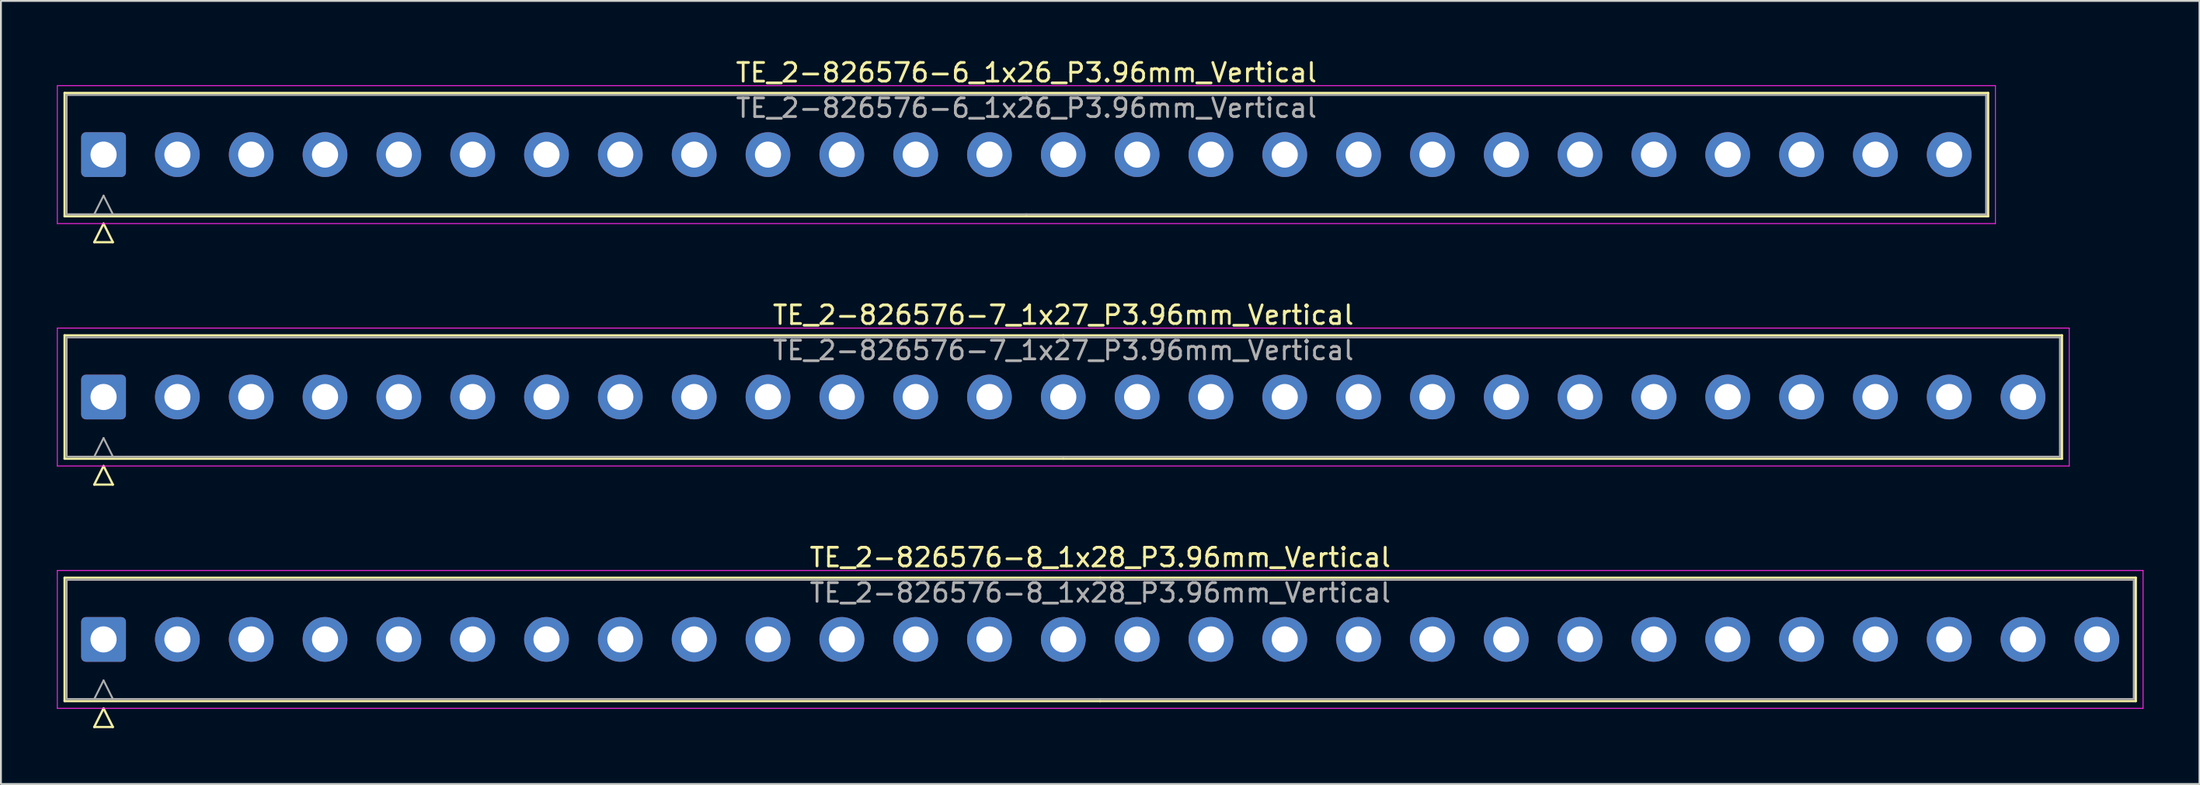
<source format=kicad_pcb>
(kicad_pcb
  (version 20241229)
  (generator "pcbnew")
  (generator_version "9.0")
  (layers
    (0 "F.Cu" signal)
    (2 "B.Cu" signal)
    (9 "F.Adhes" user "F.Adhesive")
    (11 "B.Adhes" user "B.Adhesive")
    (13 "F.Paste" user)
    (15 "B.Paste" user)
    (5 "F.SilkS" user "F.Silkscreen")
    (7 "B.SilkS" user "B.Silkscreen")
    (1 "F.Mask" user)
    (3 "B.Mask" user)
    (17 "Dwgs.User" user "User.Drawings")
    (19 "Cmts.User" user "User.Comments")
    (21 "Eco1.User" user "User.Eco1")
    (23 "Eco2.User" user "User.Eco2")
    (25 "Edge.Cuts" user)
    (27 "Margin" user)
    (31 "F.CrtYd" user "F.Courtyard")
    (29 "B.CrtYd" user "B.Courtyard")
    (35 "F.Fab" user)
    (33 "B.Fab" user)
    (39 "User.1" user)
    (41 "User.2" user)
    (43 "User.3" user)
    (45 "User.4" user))
  (footprint "TE_2-826576-6_1x26_P3.96mm_Vertical"
    (layer "F.Cu")
    (at 2.505 5.248)
    (property "Reference" "TE_2-826576-6_1x26_P3.96mm_Vertical" (at 49.5 -4.4 0) (layer "F.SilkS") (effects (font (size 1 1) (thickness 0.15))))
    (attr through_hole)
    (fp_line (start -2.09 -3.31) (end -2.09 3.31) (stroke (width 0.12) (type solid)) (layer "F.SilkS"))
    (fp_line (start -2.09 3.31) (end 49.5 3.31) (stroke (width 0.12) (type solid)) (layer "F.SilkS"))
    (fp_line (start -0.5 4.7) (end 0 3.7) (stroke (width 0.12) (type solid)) (layer "F.SilkS"))
    (fp_line (start 0 3.7) (end 0.5 4.7) (stroke (width 0.12) (type solid)) (layer "F.SilkS"))
    (fp_line (start 0.5 4.7) (end -0.5 4.7) (stroke (width 0.12) (type solid)) (layer "F.SilkS"))
    (fp_line (start 49.5 -3.31) (end -2.09 -3.31) (stroke (width 0.12) (type solid)) (layer "F.SilkS"))
    (fp_line (start 49.5 -3.31) (end 101.09 -3.31) (stroke (width 0.12) (type solid)) (layer "F.SilkS"))
    (fp_line (start 101.09 -3.31) (end 101.09 3.31) (stroke (width 0.12) (type solid)) (layer "F.SilkS"))
    (fp_line (start 101.09 3.31) (end 49.5 3.31) (stroke (width 0.12) (type solid)) (layer "F.SilkS"))
    (fp_line (start -2.48 -3.7) (end -2.48 3.7) (stroke (width 0.05) (type solid)) (layer "F.CrtYd"))
    (fp_line (start -2.48 3.7) (end 101.48 3.7) (stroke (width 0.05) (type solid)) (layer "F.CrtYd"))
    (fp_line (start 101.48 -3.7) (end -2.48 -3.7) (stroke (width 0.05) (type solid)) (layer "F.CrtYd"))
    (fp_line (start 101.48 3.7) (end 101.48 -3.7) (stroke (width 0.05) (type solid)) (layer "F.CrtYd"))
    (fp_line (start -1.98 -3.2) (end -1.98 3.2) (stroke (width 0.1) (type solid)) (layer "F.Fab"))
    (fp_line (start -1.98 3.2) (end 49.5 3.2) (stroke (width 0.1) (type solid)) (layer "F.Fab"))
    (fp_line (start -0.5 3.2) (end 0 2.2) (stroke (width 0.1) (type solid)) (layer "F.Fab"))
    (fp_line (start 0 2.2) (end 0.5 3.2) (stroke (width 0.1) (type solid)) (layer "F.Fab"))
    (fp_line (start 49.5 -3.2) (end -1.98 -3.2) (stroke (width 0.1) (type solid)) (layer "F.Fab"))
    (fp_line (start 49.5 -3.2) (end 100.98 -3.2) (stroke (width 0.1) (type solid)) (layer "F.Fab"))
    (fp_line (start 100.98 -3.2) (end 100.98 3.2) (stroke (width 0.1) (type solid)) (layer "F.Fab"))
    (fp_line (start 100.98 3.2) (end 49.5 3.2) (stroke (width 0.1) (type solid)) (layer "F.Fab"))
    (fp_text user "${REFERENCE}" (at 49.5 -2.5 0) (layer "F.Fab") (effects (font (size 1 1) (thickness 0.15))))
    (pad "1" thru_hole roundrect (at 0 0) (size 2.4 2.4) (drill 1.4) (layers "*.Cu" "*.Mask") (roundrect_rratio 0.104))
    (pad "2" thru_hole circle (at 3.96 0) (size 2.4 2.4) (drill 1.4) (layers "*.Cu" "*.Mask"))
    (pad "3" thru_hole circle (at 7.92 0) (size 2.4 2.4) (drill 1.4) (layers "*.Cu" "*.Mask"))
    (pad "4" thru_hole circle (at 11.88 0) (size 2.4 2.4) (drill 1.4) (layers "*.Cu" "*.Mask"))
    (pad "5" thru_hole circle (at 15.84 0) (size 2.4 2.4) (drill 1.4) (layers "*.Cu" "*.Mask"))
    (pad "6" thru_hole circle (at 19.8 0) (size 2.4 2.4) (drill 1.4) (layers "*.Cu" "*.Mask"))
    (pad "7" thru_hole circle (at 23.76 0) (size 2.4 2.4) (drill 1.4) (layers "*.Cu" "*.Mask"))
    (pad "8" thru_hole circle (at 27.72 0) (size 2.4 2.4) (drill 1.4) (layers "*.Cu" "*.Mask"))
    (pad "9" thru_hole circle (at 31.68 0) (size 2.4 2.4) (drill 1.4) (layers "*.Cu" "*.Mask"))
    (pad "10" thru_hole circle (at 35.64 0) (size 2.4 2.4) (drill 1.4) (layers "*.Cu" "*.Mask"))
    (pad "11" thru_hole circle (at 39.6 0) (size 2.4 2.4) (drill 1.4) (layers "*.Cu" "*.Mask"))
    (pad "12" thru_hole circle (at 43.56 0) (size 2.4 2.4) (drill 1.4) (layers "*.Cu" "*.Mask"))
    (pad "13" thru_hole circle (at 47.52 0) (size 2.4 2.4) (drill 1.4) (layers "*.Cu" "*.Mask"))
    (pad "14" thru_hole circle (at 51.48 0) (size 2.4 2.4) (drill 1.4) (layers "*.Cu" "*.Mask"))
    (pad "15" thru_hole circle (at 55.44 0) (size 2.4 2.4) (drill 1.4) (layers "*.Cu" "*.Mask"))
    (pad "16" thru_hole circle (at 59.4 0) (size 2.4 2.4) (drill 1.4) (layers "*.Cu" "*.Mask"))
    (pad "17" thru_hole circle (at 63.36 0) (size 2.4 2.4) (drill 1.4) (layers "*.Cu" "*.Mask"))
    (pad "18" thru_hole circle (at 67.32 0) (size 2.4 2.4) (drill 1.4) (layers "*.Cu" "*.Mask"))
    (pad "19" thru_hole circle (at 71.28 0) (size 2.4 2.4) (drill 1.4) (layers "*.Cu" "*.Mask"))
    (pad "20" thru_hole circle (at 75.24 0) (size 2.4 2.4) (drill 1.4) (layers "*.Cu" "*.Mask"))
    (pad "21" thru_hole circle (at 79.2 0) (size 2.4 2.4) (drill 1.4) (layers "*.Cu" "*.Mask"))
    (pad "22" thru_hole circle (at 83.16 0) (size 2.4 2.4) (drill 1.4) (layers "*.Cu" "*.Mask"))
    (pad "23" thru_hole circle (at 87.12 0) (size 2.4 2.4) (drill 1.4) (layers "*.Cu" "*.Mask"))
    (pad "24" thru_hole circle (at 91.08 0) (size 2.4 2.4) (drill 1.4) (layers "*.Cu" "*.Mask"))
    (pad "25" thru_hole circle (at 95.04 0) (size 2.4 2.4) (drill 1.4) (layers "*.Cu" "*.Mask"))
    (pad "26" thru_hole circle (at 99 0) (size 2.4 2.4) (drill 1.4) (layers "*.Cu" "*.Mask")))
  (footprint "TE_2-826576-8_1x28_P3.96mm_Vertical"
    (layer "F.Cu")
    (at 2.505 31.265)
    (property "Reference" "TE_2-826576-8_1x28_P3.96mm_Vertical" (at 53.46 -4.4 0) (layer "F.SilkS") (effects (font (size 1 1) (thickness 0.15))))
    (attr through_hole)
    (fp_line (start -2.09 -3.31) (end -2.09 3.31) (stroke (width 0.12) (type solid)) (layer "F.SilkS"))
    (fp_line (start -2.09 3.31) (end 53.46 3.31) (stroke (width 0.12) (type solid)) (layer "F.SilkS"))
    (fp_line (start -0.5 4.7) (end 0 3.7) (stroke (width 0.12) (type solid)) (layer "F.SilkS"))
    (fp_line (start 0 3.7) (end 0.5 4.7) (stroke (width 0.12) (type solid)) (layer "F.SilkS"))
    (fp_line (start 0.5 4.7) (end -0.5 4.7) (stroke (width 0.12) (type solid)) (layer "F.SilkS"))
    (fp_line (start 53.46 -3.31) (end -2.09 -3.31) (stroke (width 0.12) (type solid)) (layer "F.SilkS"))
    (fp_line (start 53.46 -3.31) (end 109.01 -3.31) (stroke (width 0.12) (type solid)) (layer "F.SilkS"))
    (fp_line (start 109.01 -3.31) (end 109.01 3.31) (stroke (width 0.12) (type solid)) (layer "F.SilkS"))
    (fp_line (start 109.01 3.31) (end 53.46 3.31) (stroke (width 0.12) (type solid)) (layer "F.SilkS"))
    (fp_line (start -2.48 -3.7) (end -2.48 3.7) (stroke (width 0.05) (type solid)) (layer "F.CrtYd"))
    (fp_line (start -2.48 3.7) (end 109.4 3.7) (stroke (width 0.05) (type solid)) (layer "F.CrtYd"))
    (fp_line (start 109.4 -3.7) (end -2.48 -3.7) (stroke (width 0.05) (type solid)) (layer "F.CrtYd"))
    (fp_line (start 109.4 3.7) (end 109.4 -3.7) (stroke (width 0.05) (type solid)) (layer "F.CrtYd"))
    (fp_line (start -1.98 -3.2) (end -1.98 3.2) (stroke (width 0.1) (type solid)) (layer "F.Fab"))
    (fp_line (start -1.98 3.2) (end 53.46 3.2) (stroke (width 0.1) (type solid)) (layer "F.Fab"))
    (fp_line (start -0.5 3.2) (end 0 2.2) (stroke (width 0.1) (type solid)) (layer "F.Fab"))
    (fp_line (start 0 2.2) (end 0.5 3.2) (stroke (width 0.1) (type solid)) (layer "F.Fab"))
    (fp_line (start 53.46 -3.2) (end -1.98 -3.2) (stroke (width 0.1) (type solid)) (layer "F.Fab"))
    (fp_line (start 53.46 -3.2) (end 108.9 -3.2) (stroke (width 0.1) (type solid)) (layer "F.Fab"))
    (fp_line (start 108.9 -3.2) (end 108.9 3.2) (stroke (width 0.1) (type solid)) (layer "F.Fab"))
    (fp_line (start 108.9 3.2) (end 53.46 3.2) (stroke (width 0.1) (type solid)) (layer "F.Fab"))
    (fp_text user "${REFERENCE}" (at 53.46 -2.5 0) (layer "F.Fab") (effects (font (size 1 1) (thickness 0.15))))
    (pad "1" thru_hole roundrect (at 0 0) (size 2.4 2.4) (drill 1.4) (layers "*.Cu" "*.Mask") (roundrect_rratio 0.104))
    (pad "2" thru_hole circle (at 3.96 0) (size 2.4 2.4) (drill 1.4) (layers "*.Cu" "*.Mask"))
    (pad "3" thru_hole circle (at 7.92 0) (size 2.4 2.4) (drill 1.4) (layers "*.Cu" "*.Mask"))
    (pad "4" thru_hole circle (at 11.88 0) (size 2.4 2.4) (drill 1.4) (layers "*.Cu" "*.Mask"))
    (pad "5" thru_hole circle (at 15.84 0) (size 2.4 2.4) (drill 1.4) (layers "*.Cu" "*.Mask"))
    (pad "6" thru_hole circle (at 19.8 0) (size 2.4 2.4) (drill 1.4) (layers "*.Cu" "*.Mask"))
    (pad "7" thru_hole circle (at 23.76 0) (size 2.4 2.4) (drill 1.4) (layers "*.Cu" "*.Mask"))
    (pad "8" thru_hole circle (at 27.72 0) (size 2.4 2.4) (drill 1.4) (layers "*.Cu" "*.Mask"))
    (pad "9" thru_hole circle (at 31.68 0) (size 2.4 2.4) (drill 1.4) (layers "*.Cu" "*.Mask"))
    (pad "10" thru_hole circle (at 35.64 0) (size 2.4 2.4) (drill 1.4) (layers "*.Cu" "*.Mask"))
    (pad "11" thru_hole circle (at 39.6 0) (size 2.4 2.4) (drill 1.4) (layers "*.Cu" "*.Mask"))
    (pad "12" thru_hole circle (at 43.56 0) (size 2.4 2.4) (drill 1.4) (layers "*.Cu" "*.Mask"))
    (pad "13" thru_hole circle (at 47.52 0) (size 2.4 2.4) (drill 1.4) (layers "*.Cu" "*.Mask"))
    (pad "14" thru_hole circle (at 51.48 0) (size 2.4 2.4) (drill 1.4) (layers "*.Cu" "*.Mask"))
    (pad "15" thru_hole circle (at 55.44 0) (size 2.4 2.4) (drill 1.4) (layers "*.Cu" "*.Mask"))
    (pad "16" thru_hole circle (at 59.4 0) (size 2.4 2.4) (drill 1.4) (layers "*.Cu" "*.Mask"))
    (pad "17" thru_hole circle (at 63.36 0) (size 2.4 2.4) (drill 1.4) (layers "*.Cu" "*.Mask"))
    (pad "18" thru_hole circle (at 67.32 0) (size 2.4 2.4) (drill 1.4) (layers "*.Cu" "*.Mask"))
    (pad "19" thru_hole circle (at 71.28 0) (size 2.4 2.4) (drill 1.4) (layers "*.Cu" "*.Mask"))
    (pad "20" thru_hole circle (at 75.24 0) (size 2.4 2.4) (drill 1.4) (layers "*.Cu" "*.Mask"))
    (pad "21" thru_hole circle (at 79.2 0) (size 2.4 2.4) (drill 1.4) (layers "*.Cu" "*.Mask"))
    (pad "22" thru_hole circle (at 83.16 0) (size 2.4 2.4) (drill 1.4) (layers "*.Cu" "*.Mask"))
    (pad "23" thru_hole circle (at 87.12 0) (size 2.4 2.4) (drill 1.4) (layers "*.Cu" "*.Mask"))
    (pad "24" thru_hole circle (at 91.08 0) (size 2.4 2.4) (drill 1.4) (layers "*.Cu" "*.Mask"))
    (pad "25" thru_hole circle (at 95.04 0) (size 2.4 2.4) (drill 1.4) (layers "*.Cu" "*.Mask"))
    (pad "26" thru_hole circle (at 99 0) (size 2.4 2.4) (drill 1.4) (layers "*.Cu" "*.Mask"))
    (pad "27" thru_hole circle (at 102.96 0) (size 2.4 2.4) (drill 1.4) (layers "*.Cu" "*.Mask"))
    (pad "28" thru_hole circle (at 106.92 0) (size 2.4 2.4) (drill 1.4) (layers "*.Cu" "*.Mask")))
  (footprint "TE_2-826576-7_1x27_P3.96mm_Vertical"
    (layer "F.Cu")
    (at 2.505 18.256)
    (property "Reference" "TE_2-826576-7_1x27_P3.96mm_Vertical" (at 51.48 -4.4 0) (layer "F.SilkS") (effects (font (size 1 1) (thickness 0.15))))
    (attr through_hole)
    (fp_line (start -2.09 -3.31) (end -2.09 3.31) (stroke (width 0.12) (type solid)) (layer "F.SilkS"))
    (fp_line (start -2.09 3.31) (end 51.48 3.31) (stroke (width 0.12) (type solid)) (layer "F.SilkS"))
    (fp_line (start -0.5 4.7) (end 0 3.7) (stroke (width 0.12) (type solid)) (layer "F.SilkS"))
    (fp_line (start 0 3.7) (end 0.5 4.7) (stroke (width 0.12) (type solid)) (layer "F.SilkS"))
    (fp_line (start 0.5 4.7) (end -0.5 4.7) (stroke (width 0.12) (type solid)) (layer "F.SilkS"))
    (fp_line (start 51.48 -3.31) (end -2.09 -3.31) (stroke (width 0.12) (type solid)) (layer "F.SilkS"))
    (fp_line (start 51.48 -3.31) (end 105.05 -3.31) (stroke (width 0.12) (type solid)) (layer "F.SilkS"))
    (fp_line (start 105.05 -3.31) (end 105.05 3.31) (stroke (width 0.12) (type solid)) (layer "F.SilkS"))
    (fp_line (start 105.05 3.31) (end 51.48 3.31) (stroke (width 0.12) (type solid)) (layer "F.SilkS"))
    (fp_line (start -2.48 -3.7) (end -2.48 3.7) (stroke (width 0.05) (type solid)) (layer "F.CrtYd"))
    (fp_line (start -2.48 3.7) (end 105.44 3.7) (stroke (width 0.05) (type solid)) (layer "F.CrtYd"))
    (fp_line (start 105.44 -3.7) (end -2.48 -3.7) (stroke (width 0.05) (type solid)) (layer "F.CrtYd"))
    (fp_line (start 105.44 3.7) (end 105.44 -3.7) (stroke (width 0.05) (type solid)) (layer "F.CrtYd"))
    (fp_line (start -1.98 -3.2) (end -1.98 3.2) (stroke (width 0.1) (type solid)) (layer "F.Fab"))
    (fp_line (start -1.98 3.2) (end 51.48 3.2) (stroke (width 0.1) (type solid)) (layer "F.Fab"))
    (fp_line (start -0.5 3.2) (end 0 2.2) (stroke (width 0.1) (type solid)) (layer "F.Fab"))
    (fp_line (start 0 2.2) (end 0.5 3.2) (stroke (width 0.1) (type solid)) (layer "F.Fab"))
    (fp_line (start 51.48 -3.2) (end -1.98 -3.2) (stroke (width 0.1) (type solid)) (layer "F.Fab"))
    (fp_line (start 51.48 -3.2) (end 104.94 -3.2) (stroke (width 0.1) (type solid)) (layer "F.Fab"))
    (fp_line (start 104.94 -3.2) (end 104.94 3.2) (stroke (width 0.1) (type solid)) (layer "F.Fab"))
    (fp_line (start 104.94 3.2) (end 51.48 3.2) (stroke (width 0.1) (type solid)) (layer "F.Fab"))
    (fp_text user "${REFERENCE}" (at 51.48 -2.5 0) (layer "F.Fab") (effects (font (size 1 1) (thickness 0.15))))
    (pad "1" thru_hole roundrect (at 0 0) (size 2.4 2.4) (drill 1.4) (layers "*.Cu" "*.Mask") (roundrect_rratio 0.104))
    (pad "2" thru_hole circle (at 3.96 0) (size 2.4 2.4) (drill 1.4) (layers "*.Cu" "*.Mask"))
    (pad "3" thru_hole circle (at 7.92 0) (size 2.4 2.4) (drill 1.4) (layers "*.Cu" "*.Mask"))
    (pad "4" thru_hole circle (at 11.88 0) (size 2.4 2.4) (drill 1.4) (layers "*.Cu" "*.Mask"))
    (pad "5" thru_hole circle (at 15.84 0) (size 2.4 2.4) (drill 1.4) (layers "*.Cu" "*.Mask"))
    (pad "6" thru_hole circle (at 19.8 0) (size 2.4 2.4) (drill 1.4) (layers "*.Cu" "*.Mask"))
    (pad "7" thru_hole circle (at 23.76 0) (size 2.4 2.4) (drill 1.4) (layers "*.Cu" "*.Mask"))
    (pad "8" thru_hole circle (at 27.72 0) (size 2.4 2.4) (drill 1.4) (layers "*.Cu" "*.Mask"))
    (pad "9" thru_hole circle (at 31.68 0) (size 2.4 2.4) (drill 1.4) (layers "*.Cu" "*.Mask"))
    (pad "10" thru_hole circle (at 35.64 0) (size 2.4 2.4) (drill 1.4) (layers "*.Cu" "*.Mask"))
    (pad "11" thru_hole circle (at 39.6 0) (size 2.4 2.4) (drill 1.4) (layers "*.Cu" "*.Mask"))
    (pad "12" thru_hole circle (at 43.56 0) (size 2.4 2.4) (drill 1.4) (layers "*.Cu" "*.Mask"))
    (pad "13" thru_hole circle (at 47.52 0) (size 2.4 2.4) (drill 1.4) (layers "*.Cu" "*.Mask"))
    (pad "14" thru_hole circle (at 51.48 0) (size 2.4 2.4) (drill 1.4) (layers "*.Cu" "*.Mask"))
    (pad "15" thru_hole circle (at 55.44 0) (size 2.4 2.4) (drill 1.4) (layers "*.Cu" "*.Mask"))
    (pad "16" thru_hole circle (at 59.4 0) (size 2.4 2.4) (drill 1.4) (layers "*.Cu" "*.Mask"))
    (pad "17" thru_hole circle (at 63.36 0) (size 2.4 2.4) (drill 1.4) (layers "*.Cu" "*.Mask"))
    (pad "18" thru_hole circle (at 67.32 0) (size 2.4 2.4) (drill 1.4) (layers "*.Cu" "*.Mask"))
    (pad "19" thru_hole circle (at 71.28 0) (size 2.4 2.4) (drill 1.4) (layers "*.Cu" "*.Mask"))
    (pad "20" thru_hole circle (at 75.24 0) (size 2.4 2.4) (drill 1.4) (layers "*.Cu" "*.Mask"))
    (pad "21" thru_hole circle (at 79.2 0) (size 2.4 2.4) (drill 1.4) (layers "*.Cu" "*.Mask"))
    (pad "22" thru_hole circle (at 83.16 0) (size 2.4 2.4) (drill 1.4) (layers "*.Cu" "*.Mask"))
    (pad "23" thru_hole circle (at 87.12 0) (size 2.4 2.4) (drill 1.4) (layers "*.Cu" "*.Mask"))
    (pad "24" thru_hole circle (at 91.08 0) (size 2.4 2.4) (drill 1.4) (layers "*.Cu" "*.Mask"))
    (pad "25" thru_hole circle (at 95.04 0) (size 2.4 2.4) (drill 1.4) (layers "*.Cu" "*.Mask"))
    (pad "26" thru_hole circle (at 99 0) (size 2.4 2.4) (drill 1.4) (layers "*.Cu" "*.Mask"))
    (pad "27" thru_hole circle (at 102.96 0) (size 2.4 2.4) (drill 1.4) (layers "*.Cu" "*.Mask")))
  (gr_rect
    (start -3 -3)
    (end 114.93 39.025)
    (stroke (width 0.1) (type default))
    (fill no)
    (layer "Edge.Cuts")))
</source>
